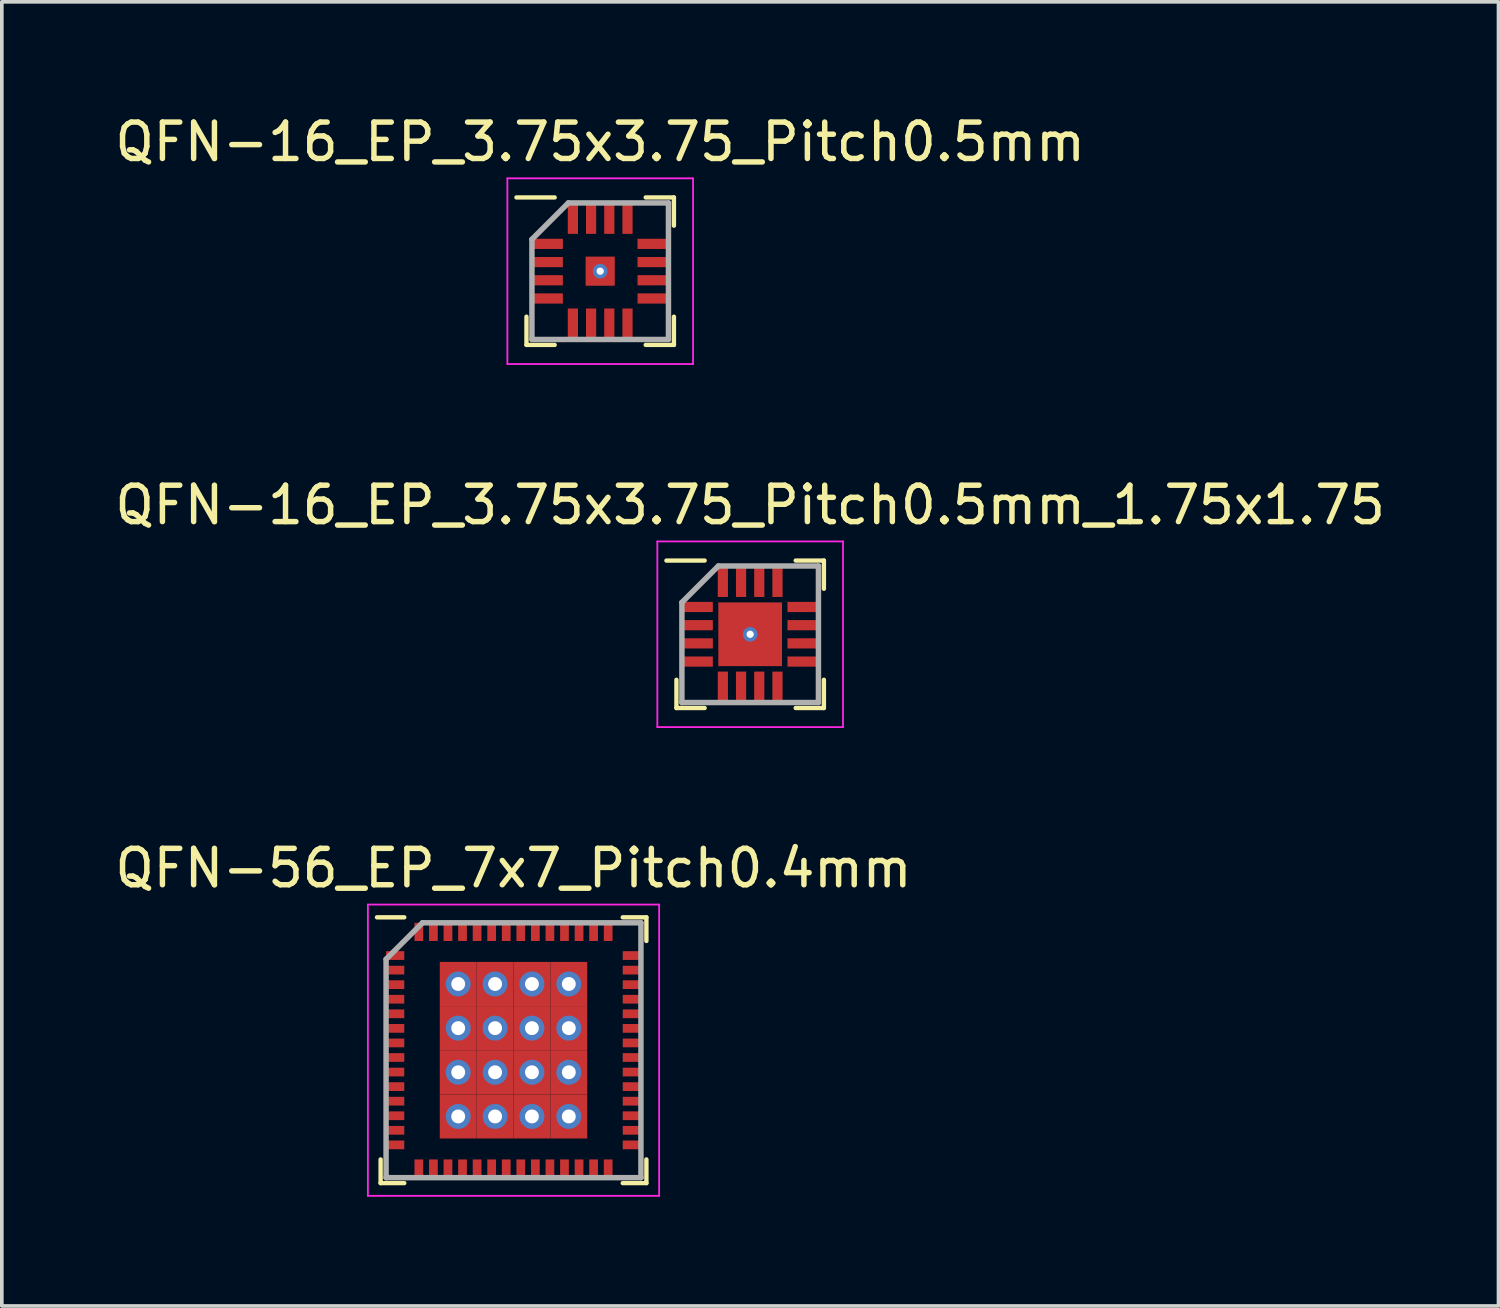
<source format=kicad_pcb>
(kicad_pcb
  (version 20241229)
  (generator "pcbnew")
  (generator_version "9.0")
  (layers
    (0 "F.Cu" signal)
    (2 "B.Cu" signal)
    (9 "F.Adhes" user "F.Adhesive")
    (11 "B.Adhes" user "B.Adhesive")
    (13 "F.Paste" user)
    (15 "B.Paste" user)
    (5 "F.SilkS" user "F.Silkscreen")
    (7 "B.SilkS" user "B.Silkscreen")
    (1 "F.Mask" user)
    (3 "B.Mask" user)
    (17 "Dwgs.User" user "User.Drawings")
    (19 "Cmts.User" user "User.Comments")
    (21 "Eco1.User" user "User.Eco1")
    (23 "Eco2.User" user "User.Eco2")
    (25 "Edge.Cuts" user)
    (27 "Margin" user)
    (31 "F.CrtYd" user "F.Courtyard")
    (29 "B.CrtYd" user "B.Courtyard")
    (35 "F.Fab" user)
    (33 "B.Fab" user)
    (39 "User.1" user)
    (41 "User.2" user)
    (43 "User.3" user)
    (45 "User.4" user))
  (footprint "QFN-16_EP_3.75x3.75_Pitch0.5mm"
    (layer "F.Cu")
    (at 13.435 4.398)
    (property "Reference" "QFN-16_EP_3.75x3.75_Pitch0.5mm" (at 0 -3.55 0) (layer "F.SilkS") (effects (font (size 1 1) (thickness 0.15))))
    (attr smd)
    (fp_line (start -2.025 2.025) (end -2.025 1.25) (stroke (width 0.12) (type solid)) (layer "F.SilkS"))
    (fp_line (start -1.25 -2.025) (end -2.3 -2.025) (stroke (width 0.12) (type solid)) (layer "F.SilkS"))
    (fp_line (start -1.25 2.025) (end -2.025 2.025) (stroke (width 0.12) (type solid)) (layer "F.SilkS"))
    (fp_line (start 1.25 -2.025) (end 2.025 -2.025) (stroke (width 0.12) (type solid)) (layer "F.SilkS"))
    (fp_line (start 1.25 2.025) (end 2.025 2.025) (stroke (width 0.12) (type solid)) (layer "F.SilkS"))
    (fp_line (start 2.025 -2.025) (end 2.025 -1.25) (stroke (width 0.12) (type solid)) (layer "F.SilkS"))
    (fp_line (start 2.025 2.025) (end 2.025 1.25) (stroke (width 0.12) (type solid)) (layer "F.SilkS"))
    (fp_line (start -2.55 -2.55) (end 2.55 -2.55) (stroke (width 0.05) (type solid)) (layer "F.CrtYd"))
    (fp_line (start -2.55 2.55) (end -2.55 -2.55) (stroke (width 0.05) (type solid)) (layer "F.CrtYd"))
    (fp_line (start 2.55 -2.55) (end 2.55 2.55) (stroke (width 0.05) (type solid)) (layer "F.CrtYd"))
    (fp_line (start 2.55 2.55) (end -2.55 2.55) (stroke (width 0.05) (type solid)) (layer "F.CrtYd"))
    (fp_line (start -1.875 -0.875) (end -1.875 1.875) (stroke (width 0.15) (type solid)) (layer "F.Fab"))
    (fp_line (start -1.875 1.875) (end 1.875 1.875) (stroke (width 0.15) (type solid)) (layer "F.Fab"))
    (fp_line (start -0.875 -1.875) (end -1.875 -0.875) (stroke (width 0.15) (type solid)) (layer "F.Fab"))
    (fp_line (start 1.875 -1.875) (end -0.875 -1.875) (stroke (width 0.15) (type solid)) (layer "F.Fab"))
    (fp_line (start 1.875 1.875) (end 1.875 -1.875) (stroke (width 0.15) (type solid)) (layer "F.Fab"))
    (pad "1" smd rect (at -1.45 -0.75 90) (size 0.28 0.85) (layers "F.Cu" "F.Mask" "F.Paste"))
    (pad "2" smd rect (at -1.45 -0.25 90) (size 0.28 0.85) (layers "F.Cu" "F.Mask" "F.Paste"))
    (pad "3" smd rect (at -1.45 0.25 90) (size 0.28 0.85) (layers "F.Cu" "F.Mask" "F.Paste"))
    (pad "4" smd rect (at -1.45 0.75 90) (size 0.28 0.85) (layers "F.Cu" "F.Mask" "F.Paste"))
    (pad "5" smd rect (at -0.75 1.45) (size 0.28 0.85) (layers "F.Cu" "F.Mask" "F.Paste"))
    (pad "6" smd rect (at -0.25 1.45) (size 0.28 0.85) (layers "F.Cu" "F.Mask" "F.Paste"))
    (pad "7" smd rect (at 0.25 1.45) (size 0.28 0.85) (layers "F.Cu" "F.Mask" "F.Paste"))
    (pad "8" smd rect (at 0.75 1.45) (size 0.28 0.85) (layers "F.Cu" "F.Mask" "F.Paste"))
    (pad "9" smd rect (at 1.45 0.75 90) (size 0.28 0.85) (layers "F.Cu" "F.Mask" "F.Paste"))
    (pad "10" smd rect (at 1.45 0.25 90) (size 0.28 0.85) (layers "F.Cu" "F.Mask" "F.Paste"))
    (pad "11" smd rect (at 1.45 -0.25 90) (size 0.28 0.85) (layers "F.Cu" "F.Mask" "F.Paste"))
    (pad "12" smd rect (at 1.45 -0.75 90) (size 0.28 0.85) (layers "F.Cu" "F.Mask" "F.Paste"))
    (pad "13" smd rect (at 0.75 -1.45) (size 0.28 0.85) (layers "F.Cu" "F.Mask" "F.Paste"))
    (pad "14" smd rect (at 0.25 -1.45) (size 0.28 0.85) (layers "F.Cu" "F.Mask" "F.Paste"))
    (pad "15" smd rect (at -0.25 -1.45) (size 0.28 0.85) (layers "F.Cu" "F.Mask" "F.Paste"))
    (pad "16" smd rect (at -0.75 -1.45) (size 0.28 0.85) (layers "F.Cu" "F.Mask" "F.Paste"))
    (pad "17" thru_hole circle (at 0 0) (size 0.4 0.4) (drill 0.2) (layers "*.Cu" "*.Mask"))
    (pad "17" smd rect (at 0 0) (size 0.8 0.8) (layers "F.Cu" "F.Mask" "F.Paste")))
  (footprint "QFN-56_EP_7x7_Pitch0.4mm"
    (layer "F.Cu")
    (at 11.054 25.795)
    (property "Reference" "QFN-56_EP_7x7_Pitch0.4mm" (at 0 -5 0) (layer "F.SilkS") (effects (font (size 1 1) (thickness 0.15))))
    (attr smd)
    (fp_line (start -3.65 3.65) (end -3.65 3) (stroke (width 0.12) (type solid)) (layer "F.SilkS"))
    (fp_line (start -3 -3.65) (end -3.75 -3.65) (stroke (width 0.12) (type solid)) (layer "F.SilkS"))
    (fp_line (start -3 3.65) (end -3.65 3.65) (stroke (width 0.12) (type solid)) (layer "F.SilkS"))
    (fp_line (start 3 -3.65) (end 3.65 -3.65) (stroke (width 0.12) (type solid)) (layer "F.SilkS"))
    (fp_line (start 3 3.65) (end 3.65 3.65) (stroke (width 0.12) (type solid)) (layer "F.SilkS"))
    (fp_line (start 3.65 -3.65) (end 3.65 -3) (stroke (width 0.12) (type solid)) (layer "F.SilkS"))
    (fp_line (start 3.65 3.65) (end 3.65 3) (stroke (width 0.12) (type solid)) (layer "F.SilkS"))
    (fp_line (start -4 -4) (end 4 -4) (stroke (width 0.05) (type solid)) (layer "F.CrtYd"))
    (fp_line (start -4 4) (end -4 -4) (stroke (width 0.05) (type solid)) (layer "F.CrtYd"))
    (fp_line (start 4 -4) (end 4 4) (stroke (width 0.05) (type solid)) (layer "F.CrtYd"))
    (fp_line (start 4 4) (end -4 4) (stroke (width 0.05) (type solid)) (layer "F.CrtYd"))
    (fp_line (start -3.5 -2.5) (end -3.5 3.5) (stroke (width 0.15) (type solid)) (layer "F.Fab"))
    (fp_line (start -3.5 3.5) (end 3.5 3.5) (stroke (width 0.15) (type solid)) (layer "F.Fab"))
    (fp_line (start -2.5 -3.5) (end -3.5 -2.5) (stroke (width 0.15) (type solid)) (layer "F.Fab"))
    (fp_line (start 3.5 -3.5) (end -2.5 -3.5) (stroke (width 0.15) (type solid)) (layer "F.Fab"))
    (fp_line (start 3.5 3.5) (end 3.5 -3.5) (stroke (width 0.15) (type solid)) (layer "F.Fab"))
    (pad "1" smd rect (at -3.25 -2.6 90) (size 0.24 0.5) (layers "F.Cu" "F.Mask" "F.Paste"))
    (pad "2" smd rect (at -3.25 -2.2 90) (size 0.24 0.5) (layers "F.Cu" "F.Mask" "F.Paste"))
    (pad "3" smd rect (at -3.25 -1.8 90) (size 0.24 0.5) (layers "F.Cu" "F.Mask" "F.Paste"))
    (pad "4" smd rect (at -3.25 -1.4 90) (size 0.24 0.5) (layers "F.Cu" "F.Mask" "F.Paste"))
    (pad "5" smd rect (at -3.25 -1 90) (size 0.24 0.5) (layers "F.Cu" "F.Mask" "F.Paste"))
    (pad "6" smd rect (at -3.25 -0.6 90) (size 0.24 0.5) (layers "F.Cu" "F.Mask" "F.Paste"))
    (pad "7" smd rect (at -3.25 -0.2 90) (size 0.24 0.5) (layers "F.Cu" "F.Mask" "F.Paste"))
    (pad "8" smd rect (at -3.25 0.2 90) (size 0.24 0.5) (layers "F.Cu" "F.Mask" "F.Paste"))
    (pad "9" smd rect (at -3.25 0.6 90) (size 0.24 0.5) (layers "F.Cu" "F.Mask" "F.Paste"))
    (pad "10" smd rect (at -3.25 1 90) (size 0.24 0.5) (layers "F.Cu" "F.Mask" "F.Paste"))
    (pad "11" smd rect (at -3.25 1.4 90) (size 0.24 0.5) (layers "F.Cu" "F.Mask" "F.Paste"))
    (pad "12" smd rect (at -3.25 1.8 90) (size 0.24 0.5) (layers "F.Cu" "F.Mask" "F.Paste"))
    (pad "13" smd rect (at -3.25 2.2 90) (size 0.24 0.5) (layers "F.Cu" "F.Mask" "F.Paste"))
    (pad "14" smd rect (at -3.25 2.6 90) (size 0.24 0.5) (layers "F.Cu" "F.Mask" "F.Paste"))
    (pad "15" smd rect (at -2.6 3.25) (size 0.24 0.5) (layers "F.Cu" "F.Mask" "F.Paste"))
    (pad "16" smd rect (at -2.2 3.25) (size 0.24 0.5) (layers "F.Cu" "F.Mask" "F.Paste"))
    (pad "17" smd rect (at -1.8 3.25) (size 0.24 0.5) (layers "F.Cu" "F.Mask" "F.Paste"))
    (pad "18" smd rect (at -1.4 3.25) (size 0.24 0.5) (layers "F.Cu" "F.Mask" "F.Paste"))
    (pad "19" smd rect (at -1 3.25) (size 0.24 0.5) (layers "F.Cu" "F.Mask" "F.Paste"))
    (pad "20" smd rect (at -0.6 3.25) (size 0.24 0.5) (layers "F.Cu" "F.Mask" "F.Paste"))
    (pad "21" smd rect (at -0.2 3.25) (size 0.24 0.5) (layers "F.Cu" "F.Mask" "F.Paste"))
    (pad "22" smd rect (at 0.2 3.25) (size 0.24 0.5) (layers "F.Cu" "F.Mask" "F.Paste"))
    (pad "23" smd rect (at 0.6 3.25) (size 0.24 0.5) (layers "F.Cu" "F.Mask" "F.Paste"))
    (pad "24" smd rect (at 1 3.25) (size 0.24 0.5) (layers "F.Cu" "F.Mask" "F.Paste"))
    (pad "25" smd rect (at 1.4 3.25) (size 0.24 0.5) (layers "F.Cu" "F.Mask" "F.Paste"))
    (pad "26" smd rect (at 1.8 3.25) (size 0.24 0.5) (layers "F.Cu" "F.Mask" "F.Paste"))
    (pad "27" smd rect (at 2.2 3.25) (size 0.24 0.5) (layers "F.Cu" "F.Mask" "F.Paste"))
    (pad "28" smd rect (at 2.6 3.25) (size 0.24 0.5) (layers "F.Cu" "F.Mask" "F.Paste"))
    (pad "29" smd rect (at 3.25 2.6 90) (size 0.24 0.5) (layers "F.Cu" "F.Mask" "F.Paste"))
    (pad "30" smd rect (at 3.25 2.2 90) (size 0.24 0.5) (layers "F.Cu" "F.Mask" "F.Paste"))
    (pad "31" smd rect (at 3.25 1.8 90) (size 0.24 0.5) (layers "F.Cu" "F.Mask" "F.Paste"))
    (pad "32" smd rect (at 3.25 1.4 90) (size 0.24 0.5) (layers "F.Cu" "F.Mask" "F.Paste"))
    (pad "33" smd rect (at 3.25 1 90) (size 0.24 0.5) (layers "F.Cu" "F.Mask" "F.Paste"))
    (pad "34" smd rect (at 3.25 0.6 90) (size 0.24 0.5) (layers "F.Cu" "F.Mask" "F.Paste"))
    (pad "35" smd rect (at 3.25 0.2 90) (size 0.24 0.5) (layers "F.Cu" "F.Mask" "F.Paste"))
    (pad "36" smd rect (at 3.25 -0.2 90) (size 0.24 0.5) (layers "F.Cu" "F.Mask" "F.Paste"))
    (pad "37" smd rect (at 3.25 -0.6 90) (size 0.24 0.5) (layers "F.Cu" "F.Mask" "F.Paste"))
    (pad "38" smd rect (at 3.25 -1 90) (size 0.24 0.5) (layers "F.Cu" "F.Mask" "F.Paste"))
    (pad "39" smd rect (at 3.25 -1.4 90) (size 0.24 0.5) (layers "F.Cu" "F.Mask" "F.Paste"))
    (pad "40" smd rect (at 3.25 -1.8 90) (size 0.24 0.5) (layers "F.Cu" "F.Mask" "F.Paste"))
    (pad "41" smd rect (at 3.25 -2.2 90) (size 0.24 0.5) (layers "F.Cu" "F.Mask" "F.Paste"))
    (pad "42" smd rect (at 3.25 -2.6 90) (size 0.24 0.5) (layers "F.Cu" "F.Mask" "F.Paste"))
    (pad "43" smd rect (at 2.6 -3.25) (size 0.24 0.5) (layers "F.Cu" "F.Mask" "F.Paste"))
    (pad "44" smd rect (at 2.2 -3.25) (size 0.24 0.5) (layers "F.Cu" "F.Mask" "F.Paste"))
    (pad "45" smd rect (at 1.8 -3.25) (size 0.24 0.5) (layers "F.Cu" "F.Mask" "F.Paste"))
    (pad "46" smd rect (at 1.4 -3.25) (size 0.24 0.5) (layers "F.Cu" "F.Mask" "F.Paste"))
    (pad "47" smd rect (at 1 -3.25) (size 0.24 0.5) (layers "F.Cu" "F.Mask" "F.Paste"))
    (pad "48" smd rect (at 0.6 -3.25) (size 0.24 0.5) (layers "F.Cu" "F.Mask" "F.Paste"))
    (pad "49" smd rect (at 0.2 -3.25) (size 0.24 0.5) (layers "F.Cu" "F.Mask" "F.Paste"))
    (pad "50" smd rect (at -0.2 -3.25) (size 0.24 0.5) (layers "F.Cu" "F.Mask" "F.Paste"))
    (pad "51" smd rect (at -0.6 -3.25) (size 0.24 0.5) (layers "F.Cu" "F.Mask" "F.Paste"))
    (pad "52" smd rect (at -1 -3.25) (size 0.24 0.5) (layers "F.Cu" "F.Mask" "F.Paste"))
    (pad "53" smd rect (at -1.4 -3.25) (size 0.24 0.5) (layers "F.Cu" "F.Mask" "F.Paste"))
    (pad "54" smd rect (at -1.8 -3.25) (size 0.24 0.5) (layers "F.Cu" "F.Mask" "F.Paste"))
    (pad "55" smd rect (at -2.2 -3.25) (size 0.24 0.5) (layers "F.Cu" "F.Mask" "F.Paste"))
    (pad "56" smd rect (at -2.6 -3.25) (size 0.24 0.5) (layers "F.Cu" "F.Mask" "F.Paste"))
    (pad "57" thru_hole circle (at -1.519 -1.819) (size 0.686 0.686) (drill 0.381) (layers "*.Cu" "*.Mask"))
    (pad "57" smd rect (at -1.519 -1.819) (size 1.012 1.212) (layers "F.Cu" "F.Mask" "F.Paste"))
    (pad "57" thru_hole circle (at -1.519 -0.606) (size 0.686 0.686) (drill 0.381) (layers "*.Cu" "*.Mask"))
    (pad "57" smd rect (at -1.519 -0.606) (size 1.012 1.212) (layers "F.Cu" "F.Mask" "F.Paste"))
    (pad "57" thru_hole circle (at -1.519 0.606) (size 0.686 0.686) (drill 0.381) (layers "*.Cu" "*.Mask"))
    (pad "57" smd rect (at -1.519 0.606) (size 1.012 1.212) (layers "F.Cu" "F.Mask" "F.Paste"))
    (pad "57" thru_hole circle (at -1.519 1.819) (size 0.686 0.686) (drill 0.381) (layers "*.Cu" "*.Mask"))
    (pad "57" smd rect (at -1.519 1.819) (size 1.012 1.212) (layers "F.Cu" "F.Mask" "F.Paste"))
    (pad "57" thru_hole circle (at -0.506 -1.819) (size 0.686 0.686) (drill 0.381) (layers "*.Cu" "*.Mask"))
    (pad "57" smd rect (at -0.506 -1.819) (size 1.012 1.212) (layers "F.Cu" "F.Mask" "F.Paste"))
    (pad "57" thru_hole circle (at -0.506 -0.606) (size 0.686 0.686) (drill 0.381) (layers "*.Cu" "*.Mask"))
    (pad "57" smd rect (at -0.506 -0.606) (size 1.012 1.212) (layers "F.Cu" "F.Mask" "F.Paste"))
    (pad "57" thru_hole circle (at -0.506 0.606) (size 0.686 0.686) (drill 0.381) (layers "*.Cu" "*.Mask"))
    (pad "57" smd rect (at -0.506 0.606) (size 1.012 1.212) (layers "F.Cu" "F.Mask" "F.Paste"))
    (pad "57" thru_hole circle (at -0.506 1.819) (size 0.686 0.686) (drill 0.381) (layers "*.Cu" "*.Mask"))
    (pad "57" smd rect (at -0.506 1.819) (size 1.012 1.212) (layers "F.Cu" "F.Mask" "F.Paste"))
    (pad "57" thru_hole circle (at 0.506 -1.819) (size 0.686 0.686) (drill 0.381) (layers "*.Cu" "*.Mask"))
    (pad "57" smd rect (at 0.506 -1.819) (size 1.012 1.212) (layers "F.Cu" "F.Mask" "F.Paste"))
    (pad "57" thru_hole circle (at 0.506 -0.606) (size 0.686 0.686) (drill 0.381) (layers "*.Cu" "*.Mask"))
    (pad "57" smd rect (at 0.506 -0.606) (size 1.012 1.212) (layers "F.Cu" "F.Mask" "F.Paste"))
    (pad "57" thru_hole circle (at 0.506 0.606) (size 0.686 0.686) (drill 0.381) (layers "*.Cu" "*.Mask"))
    (pad "57" smd rect (at 0.506 0.606) (size 1.012 1.212) (layers "F.Cu" "F.Mask" "F.Paste"))
    (pad "57" thru_hole circle (at 0.506 1.819) (size 0.686 0.686) (drill 0.381) (layers "*.Cu" "*.Mask"))
    (pad "57" smd rect (at 0.506 1.819) (size 1.012 1.212) (layers "F.Cu" "F.Mask" "F.Paste"))
    (pad "57" thru_hole circle (at 1.519 -1.819) (size 0.686 0.686) (drill 0.381) (layers "*.Cu" "*.Mask"))
    (pad "57" smd rect (at 1.519 -1.819) (size 1.012 1.212) (layers "F.Cu" "F.Mask" "F.Paste"))
    (pad "57" thru_hole circle (at 1.519 -0.606) (size 0.686 0.686) (drill 0.381) (layers "*.Cu" "*.Mask"))
    (pad "57" smd rect (at 1.519 -0.606) (size 1.012 1.212) (layers "F.Cu" "F.Mask" "F.Paste"))
    (pad "57" thru_hole circle (at 1.519 0.606) (size 0.686 0.686) (drill 0.381) (layers "*.Cu" "*.Mask"))
    (pad "57" smd rect (at 1.519 0.606) (size 1.012 1.212) (layers "F.Cu" "F.Mask" "F.Paste"))
    (pad "57" thru_hole circle (at 1.519 1.819) (size 0.686 0.686) (drill 0.381) (layers "*.Cu" "*.Mask"))
    (pad "57" smd rect (at 1.519 1.819) (size 1.012 1.212) (layers "F.Cu" "F.Mask" "F.Paste")))
  (footprint "QFN-16_EP_3.75x3.75_Pitch0.5mm_1.75x1.75"
    (layer "F.Cu")
    (at 17.554 14.371)
    (property "Reference" "QFN-16_EP_3.75x3.75_Pitch0.5mm_1.75x1.75" (at 0 -3.55 0) (layer "F.SilkS") (effects (font (size 1 1) (thickness 0.15))))
    (attr smd)
    (fp_line (start -2.025 2.025) (end -2.025 1.25) (stroke (width 0.12) (type solid)) (layer "F.SilkS"))
    (fp_line (start -1.25 -2.025) (end -2.3 -2.025) (stroke (width 0.12) (type solid)) (layer "F.SilkS"))
    (fp_line (start -1.25 2.025) (end -2.025 2.025) (stroke (width 0.12) (type solid)) (layer "F.SilkS"))
    (fp_line (start 1.25 -2.025) (end 2.025 -2.025) (stroke (width 0.12) (type solid)) (layer "F.SilkS"))
    (fp_line (start 1.25 2.025) (end 2.025 2.025) (stroke (width 0.12) (type solid)) (layer "F.SilkS"))
    (fp_line (start 2.025 -2.025) (end 2.025 -1.25) (stroke (width 0.12) (type solid)) (layer "F.SilkS"))
    (fp_line (start 2.025 2.025) (end 2.025 1.25) (stroke (width 0.12) (type solid)) (layer "F.SilkS"))
    (fp_line (start -2.55 -2.55) (end 2.55 -2.55) (stroke (width 0.05) (type solid)) (layer "F.CrtYd"))
    (fp_line (start -2.55 2.55) (end -2.55 -2.55) (stroke (width 0.05) (type solid)) (layer "F.CrtYd"))
    (fp_line (start 2.55 -2.55) (end 2.55 2.55) (stroke (width 0.05) (type solid)) (layer "F.CrtYd"))
    (fp_line (start 2.55 2.55) (end -2.55 2.55) (stroke (width 0.05) (type solid)) (layer "F.CrtYd"))
    (fp_line (start -1.875 -0.875) (end -1.875 1.875) (stroke (width 0.15) (type solid)) (layer "F.Fab"))
    (fp_line (start -1.875 1.875) (end 1.875 1.875) (stroke (width 0.15) (type solid)) (layer "F.Fab"))
    (fp_line (start -0.875 -1.875) (end -1.875 -0.875) (stroke (width 0.15) (type solid)) (layer "F.Fab"))
    (fp_line (start 1.875 -1.875) (end -0.875 -1.875) (stroke (width 0.15) (type solid)) (layer "F.Fab"))
    (fp_line (start 1.875 1.875) (end 1.875 -1.875) (stroke (width 0.15) (type solid)) (layer "F.Fab"))
    (pad "1" smd rect (at -1.45 -0.75 90) (size 0.28 0.85) (layers "F.Cu" "F.Mask" "F.Paste"))
    (pad "2" smd rect (at -1.45 -0.25 90) (size 0.28 0.85) (layers "F.Cu" "F.Mask" "F.Paste"))
    (pad "3" smd rect (at -1.45 0.25 90) (size 0.28 0.85) (layers "F.Cu" "F.Mask" "F.Paste"))
    (pad "4" smd rect (at -1.45 0.75 90) (size 0.28 0.85) (layers "F.Cu" "F.Mask" "F.Paste"))
    (pad "5" smd rect (at -0.75 1.45) (size 0.28 0.85) (layers "F.Cu" "F.Mask" "F.Paste"))
    (pad "6" smd rect (at -0.25 1.45) (size 0.28 0.85) (layers "F.Cu" "F.Mask" "F.Paste"))
    (pad "7" smd rect (at 0.25 1.45) (size 0.28 0.85) (layers "F.Cu" "F.Mask" "F.Paste"))
    (pad "8" smd rect (at 0.75 1.45) (size 0.28 0.85) (layers "F.Cu" "F.Mask" "F.Paste"))
    (pad "9" smd rect (at 1.45 0.75 90) (size 0.28 0.85) (layers "F.Cu" "F.Mask" "F.Paste"))
    (pad "10" smd rect (at 1.45 0.25 90) (size 0.28 0.85) (layers "F.Cu" "F.Mask" "F.Paste"))
    (pad "11" smd rect (at 1.45 -0.25 90) (size 0.28 0.85) (layers "F.Cu" "F.Mask" "F.Paste"))
    (pad "12" smd rect (at 1.45 -0.75 90) (size 0.28 0.85) (layers "F.Cu" "F.Mask" "F.Paste"))
    (pad "13" smd rect (at 0.75 -1.45) (size 0.28 0.85) (layers "F.Cu" "F.Mask" "F.Paste"))
    (pad "14" smd rect (at 0.25 -1.45) (size 0.28 0.85) (layers "F.Cu" "F.Mask" "F.Paste"))
    (pad "15" smd rect (at -0.25 -1.45) (size 0.28 0.85) (layers "F.Cu" "F.Mask" "F.Paste"))
    (pad "16" smd rect (at -0.75 -1.45) (size 0.28 0.85) (layers "F.Cu" "F.Mask" "F.Paste"))
    (pad "17" thru_hole circle (at 0 0) (size 0.4 0.4) (drill 0.2) (layers "*.Cu" "*.Mask"))
    (pad "17" smd rect (at 0 0) (size 1.75 1.75) (layers "F.Cu" "F.Mask" "F.Paste")))
  (gr_rect
    (start -3 -3)
    (end 38.107 32.82)
    (stroke (width 0.1) (type default))
    (fill no)
    (layer "Edge.Cuts")))
</source>
